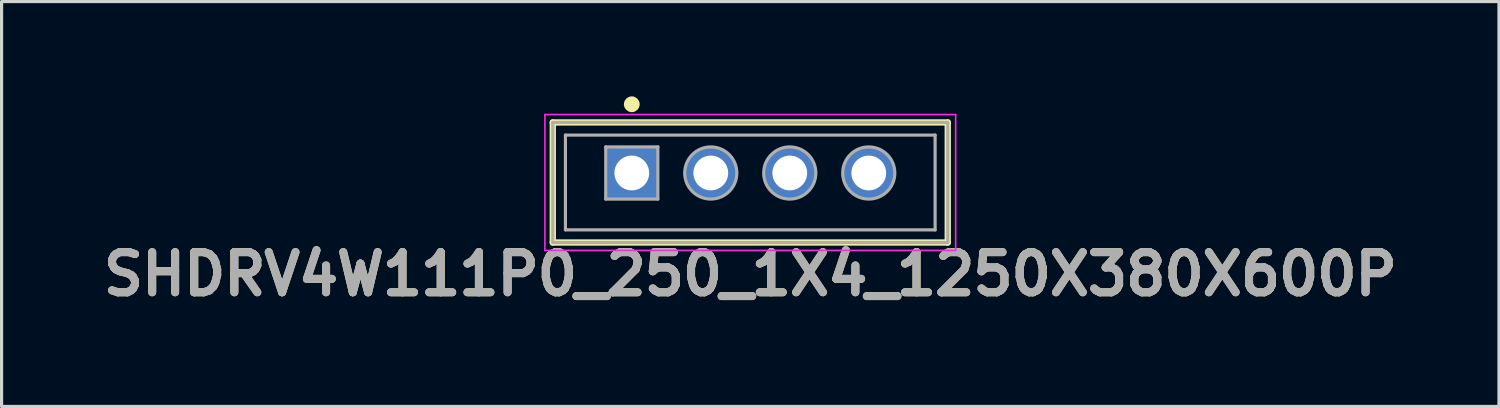
<source format=kicad_pcb>
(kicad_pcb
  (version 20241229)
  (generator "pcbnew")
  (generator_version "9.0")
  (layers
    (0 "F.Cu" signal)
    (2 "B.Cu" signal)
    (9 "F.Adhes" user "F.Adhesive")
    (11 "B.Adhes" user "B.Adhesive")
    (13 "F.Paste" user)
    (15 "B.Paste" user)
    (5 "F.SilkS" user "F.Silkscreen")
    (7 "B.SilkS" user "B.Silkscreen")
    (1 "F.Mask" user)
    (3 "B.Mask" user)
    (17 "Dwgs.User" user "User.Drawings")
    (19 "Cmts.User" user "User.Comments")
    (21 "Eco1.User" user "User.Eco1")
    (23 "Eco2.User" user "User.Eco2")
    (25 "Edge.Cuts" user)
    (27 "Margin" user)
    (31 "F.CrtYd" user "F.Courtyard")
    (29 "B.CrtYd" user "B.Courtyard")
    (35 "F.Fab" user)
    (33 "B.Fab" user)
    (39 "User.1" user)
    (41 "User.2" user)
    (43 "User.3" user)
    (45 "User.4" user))
  (footprint "SHDRV4W111P0_250_1X4_1250X380X600P"
    (layer "F.Cu")
    (at 16.945 2.425)
    (property "Reference" "SHDRV4W111P0_250_1X4_1250X380X600P" (at 3.75 3.2 0) (layer "F.SilkS") (effects (font (size 1.27 1.27) (thickness 0.254))))
    (attr through_hole)
    (fp_line (start -2.5 -1.6) (end 10 -1.6) (stroke (width 0.2) (type solid)) (layer "F.SilkS"))
    (fp_line (start -2.5 2.2) (end -2.5 -1.6) (stroke (width 0.2) (type solid)) (layer "F.SilkS"))
    (fp_line (start -2.5 2.2) (end 10 2.2) (stroke (width 0.2) (type solid)) (layer "F.SilkS"))
    (fp_line (start 10 2.2) (end 10 -1.6) (stroke (width 0.2) (type solid)) (layer "F.SilkS"))
    (fp_circle (center 0 -2.175) (end 0 -2.05) (stroke (width 0.25) (type solid)) (fill no) (layer "F.SilkS"))
    (fp_line (start -2.75 -1.85) (end -2.75 2.45) (stroke (width 0.05) (type solid)) (layer "F.CrtYd"))
    (fp_line (start -2.75 2.45) (end 10.25 2.45) (stroke (width 0.05) (type solid)) (layer "F.CrtYd"))
    (fp_line (start -2.5 -1.6) (end -2.5 2.2) (stroke (width 0.001) (type solid)) (layer "F.CrtYd"))
    (fp_line (start -2.5 2.2) (end 10 2.2) (stroke (width 0.001) (type solid)) (layer "F.CrtYd"))
    (fp_line (start -0.5 0) (end 0.5 0) (stroke (width 0.05) (type solid)) (layer "F.CrtYd"))
    (fp_line (start 0 0.5) (end 0 -0.5) (stroke (width 0.05) (type solid)) (layer "F.CrtYd"))
    (fp_line (start 10 -1.6) (end -2.5 -1.6) (stroke (width 0.001) (type solid)) (layer "F.CrtYd"))
    (fp_line (start 10 2.2) (end 10 -1.6) (stroke (width 0.001) (type solid)) (layer "F.CrtYd"))
    (fp_line (start 10.25 -1.85) (end -2.75 -1.85) (stroke (width 0.05) (type solid)) (layer "F.CrtYd"))
    (fp_line (start 10.25 2.45) (end 10.25 -1.85) (stroke (width 0.05) (type solid)) (layer "F.CrtYd"))
    (fp_line (start -2.5 -1.6) (end -2.5 2.2) (stroke (width 0.1) (type solid)) (layer "F.Fab"))
    (fp_line (start -2.5 2.2) (end 10 2.2) (stroke (width 0.1) (type solid)) (layer "F.Fab"))
    (fp_line (start -2.1 -1.2) (end -2.1 1.8) (stroke (width 0.1) (type solid)) (layer "F.Fab"))
    (fp_line (start -2.1 1.8) (end 9.6 1.8) (stroke (width 0.1) (type solid)) (layer "F.Fab"))
    (fp_line (start -0.825 -0.825) (end 0.825 -0.825) (stroke (width 0.1) (type solid)) (layer "F.Fab"))
    (fp_line (start -0.825 0.825) (end -0.825 -0.825) (stroke (width 0.1) (type solid)) (layer "F.Fab"))
    (fp_line (start 0.825 -0.825) (end 0.825 0.825) (stroke (width 0.1) (type solid)) (layer "F.Fab"))
    (fp_line (start 0.825 0.825) (end -0.825 0.825) (stroke (width 0.1) (type solid)) (layer "F.Fab"))
    (fp_line (start 9.6 -1.2) (end -2.1 -1.2) (stroke (width 0.1) (type solid)) (layer "F.Fab"))
    (fp_line (start 9.6 1.8) (end 9.6 -1.2) (stroke (width 0.1) (type solid)) (layer "F.Fab"))
    (fp_line (start 10 -1.6) (end -2.5 -1.6) (stroke (width 0.1) (type solid)) (layer "F.Fab"))
    (fp_line (start 10 2.2) (end 10 -1.6) (stroke (width 0.1) (type solid)) (layer "F.Fab"))
    (fp_circle (center 2.5 0) (end 2.5 0.825) (stroke (width 0.1) (type solid)) (fill no) (layer "F.Fab"))
    (fp_circle (center 5 0) (end 5 0.825) (stroke (width 0.1) (type solid)) (fill no) (layer "F.Fab"))
    (fp_circle (center 7.5 0) (end 7.5 0.825) (stroke (width 0.1) (type solid)) (fill no) (layer "F.Fab"))
    (fp_text user "${REFERENCE}" (at 3.75 3.2 0) (layer "F.Fab") (effects (font (size 1.27 1.27) (thickness 0.254))))
    (pad "1" thru_hole rect (at 0 0) (size 1.65 1.65) (drill 1.1) (layers "*.Cu" "*.Mask"))
    (pad "2" thru_hole circle (at 2.5 0) (size 1.65 1.65) (drill 1.1) (layers "*.Cu" "*.Mask"))
    (pad "3" thru_hole circle (at 5 0) (size 1.65 1.65) (drill 1.1) (layers "*.Cu" "*.Mask"))
    (pad "4" thru_hole circle (at 7.5 0) (size 1.65 1.65) (drill 1.1) (layers "*.Cu" "*.Mask")))
  (gr_rect
    (start -3 -3)
    (end 44.39 9.814)
    (stroke (width 0.1) (type default))
    (fill no)
    (layer "Edge.Cuts")))
</source>
